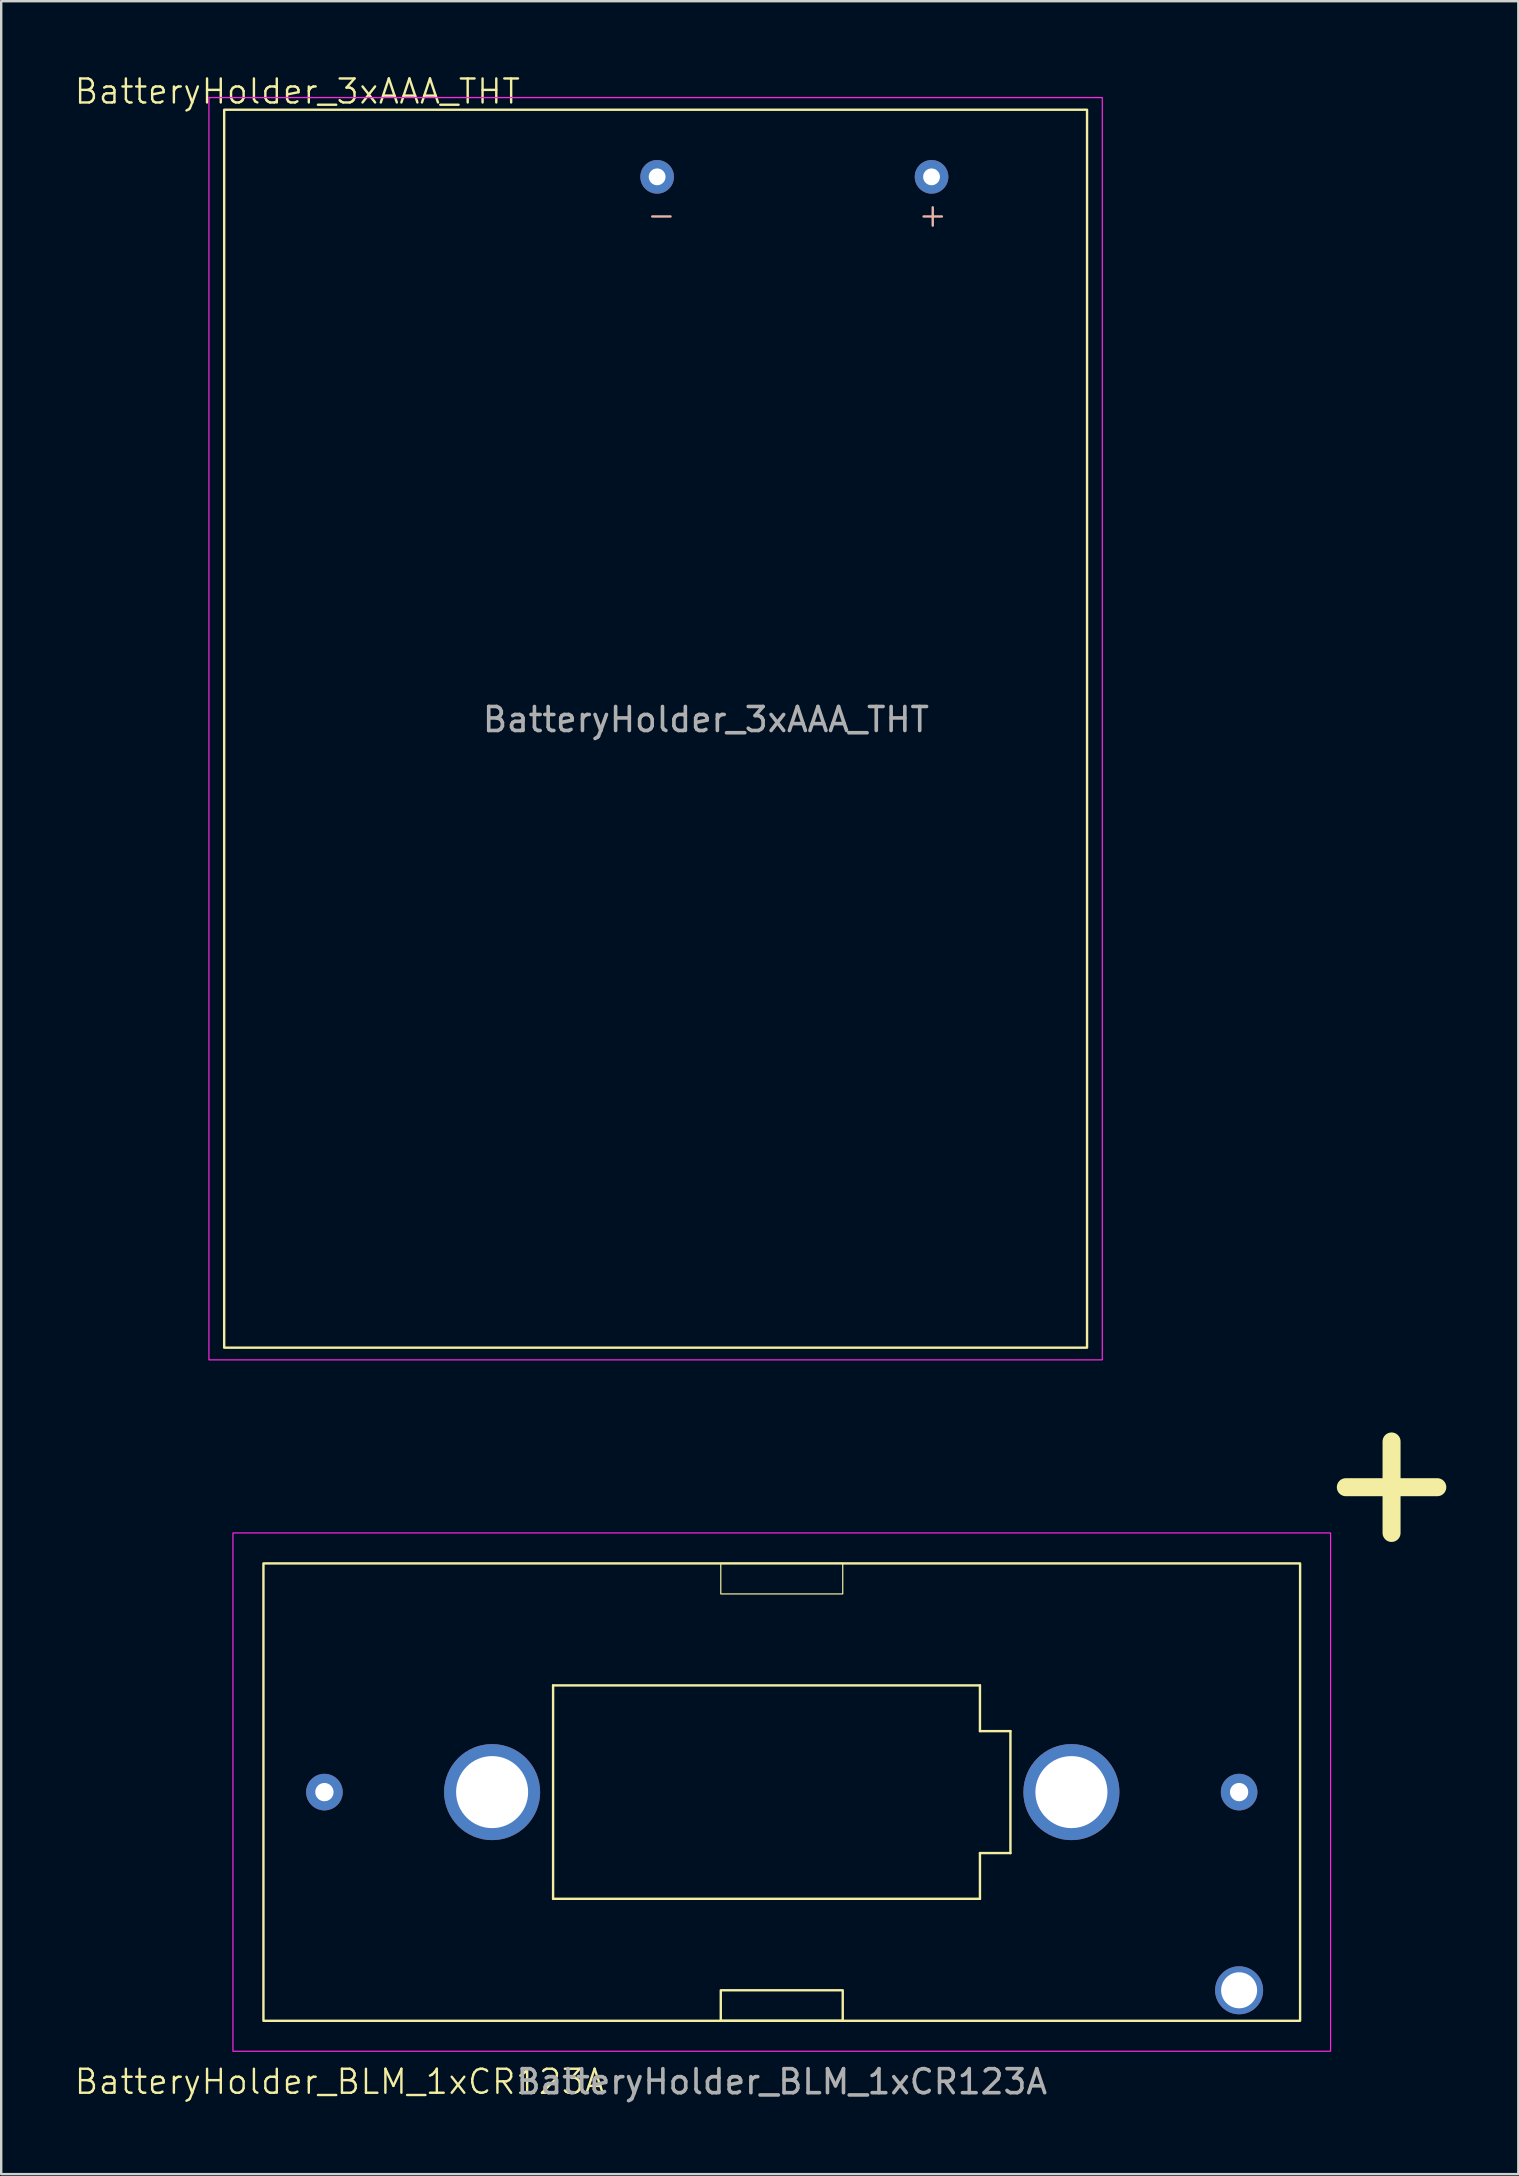
<source format=kicad_pcb>
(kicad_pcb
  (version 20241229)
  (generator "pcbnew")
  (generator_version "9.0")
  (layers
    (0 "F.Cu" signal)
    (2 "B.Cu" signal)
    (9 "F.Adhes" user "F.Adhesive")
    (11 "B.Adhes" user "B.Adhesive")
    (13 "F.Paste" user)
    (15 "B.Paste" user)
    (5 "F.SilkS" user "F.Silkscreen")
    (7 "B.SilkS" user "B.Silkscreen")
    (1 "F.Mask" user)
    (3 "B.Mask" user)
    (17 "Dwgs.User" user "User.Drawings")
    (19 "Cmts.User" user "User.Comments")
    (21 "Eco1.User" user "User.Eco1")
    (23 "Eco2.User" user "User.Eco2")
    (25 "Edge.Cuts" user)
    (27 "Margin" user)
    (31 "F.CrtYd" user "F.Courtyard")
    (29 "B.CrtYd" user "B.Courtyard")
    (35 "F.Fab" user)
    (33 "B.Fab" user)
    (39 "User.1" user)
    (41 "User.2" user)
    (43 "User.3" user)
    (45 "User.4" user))
  (footprint "BatteryHolder_BLM_1xCR123A"
    (layer "F.Cu")
    (at 29.513 71.597)
    (property "Reference" "BatteryHolder_BLM_1xCR123A" (at -18.415 12.065 0) (unlocked yes) (layer "F.SilkS") (effects (font (size 1 1) (thickness 0.1))))
    (attr through_hole)
    (fp_line (start -9.525 -4.445) (end 8.255 -4.445) (stroke (width 0.1) (type default)) (layer "F.SilkS"))
    (fp_line (start -9.525 4.445) (end -9.525 -4.445) (stroke (width 0.1) (type default)) (layer "F.SilkS"))
    (fp_line (start 8.255 -4.445) (end 8.255 -2.54) (stroke (width 0.1) (type default)) (layer "F.SilkS"))
    (fp_line (start 8.255 -2.54) (end 9.525 -2.54) (stroke (width 0.1) (type default)) (layer "F.SilkS"))
    (fp_line (start 8.255 2.54) (end 8.255 4.445) (stroke (width 0.1) (type default)) (layer "F.SilkS"))
    (fp_line (start 8.255 4.445) (end -9.525 4.445) (stroke (width 0.1) (type default)) (layer "F.SilkS"))
    (fp_line (start 9.525 -2.54) (end 9.525 2.54) (stroke (width 0.1) (type default)) (layer "F.SilkS"))
    (fp_line (start 9.525 2.54) (end 8.255 2.54) (stroke (width 0.1) (type default)) (layer "F.SilkS"))
    (fp_line (start 23.495 -12.7) (end 27.305 -12.7) (stroke (width 0.75) (type default)) (layer "F.SilkS"))
    (fp_line (start 25.4 -14.605) (end 25.4 -10.795) (stroke (width 0.75) (type default)) (layer "F.SilkS"))
    (fp_rect (start -21.59 -9.525) (end 21.59 9.525) (stroke (width 0.1) (type default)) (fill no) (layer "F.SilkS"))
    (fp_rect (start -2.54 -9.525) (end 2.54 -8.255) (stroke (width 0.05) (type default)) (fill no) (layer "F.SilkS"))
    (fp_rect (start -2.54 9.525) (end 2.54 8.255) (stroke (width 0.1) (type default)) (fill no) (layer "F.SilkS"))
    (fp_rect (start -22.86 -10.795) (end 22.86 10.795) (stroke (width 0.05) (type default)) (fill no) (layer "F.CrtYd"))
    (fp_text user "${REFERENCE}" (at 0 12.065 0) (unlocked yes) (layer "F.Fab") (effects (font (size 1 1) (thickness 0.15))))
    (pad "" np_thru_hole circle (at -12.065 0) (size 4 4) (drill 3) (layers "*.Cu" "*.Mask"))
    (pad "" np_thru_hole circle (at 12.065 0) (size 4 4) (drill 3) (layers "*.Cu" "*.Mask"))
    (pad "" np_thru_hole circle (at 19.05 8.255) (size 2 2) (drill 1.5) (layers "*.Cu" "*.Mask"))
    (pad "1" thru_hole circle (at 19.05 0) (size 1.524 1.524) (drill 0.762) (layers "*.Cu" "*.Mask"))
    (pad "2" thru_hole circle (at -19.05 0) (size 1.524 1.524) (drill 0.762) (layers "*.Cu" "*.Mask")))
  (footprint "BatteryHolder_3xAAA_THT"
    (layer "F.Cu")
    (at 24.322 4.316)
    (property "Reference" "BatteryHolder_3xAAA_THT" (at -14.986 -3.556 0) (unlocked yes) (layer "F.SilkS") (effects (font (size 1 1) (thickness 0.1))))
    (attr through_hole)
    (fp_rect (start -18.034 -2.794) (end 17.907 48.768) (stroke (width 0.1) (type default)) (fill no) (layer "F.SilkS"))
    (fp_rect (start -18.669 -3.302) (end 18.542 49.276) (stroke (width 0.05) (type default)) (fill no) (layer "F.CrtYd"))
    (fp_text user "+" (at 10.795 2.159 0) (unlocked yes) (layer "B.SilkS") (effects (font (size 1 1) (thickness 0.1)) (justify left bottom)))
    (fp_text user "-" (at -0.508 2.159 0) (unlocked yes) (layer "B.SilkS") (effects (font (size 1 1) (thickness 0.1)) (justify left bottom)))
    (fp_text user "${REFERENCE}" (at 2.032 22.606 0) (unlocked yes) (layer "F.Fab") (effects (font (size 1 1) (thickness 0.15))))
    (pad "1" thru_hole circle (at 11.43 0) (size 1.4 1.4) (drill 0.7) (layers "*.Cu" "*.Mask"))
    (pad "2" thru_hole circle (at 0 0) (size 1.4 1.4) (drill 0.7) (layers "*.Cu" "*.Mask")))
  (gr_rect
    (start -3 -3)
    (end 60.193 87.511)
    (stroke (width 0.1) (type default))
    (fill no)
    (layer "Edge.Cuts")))
</source>
